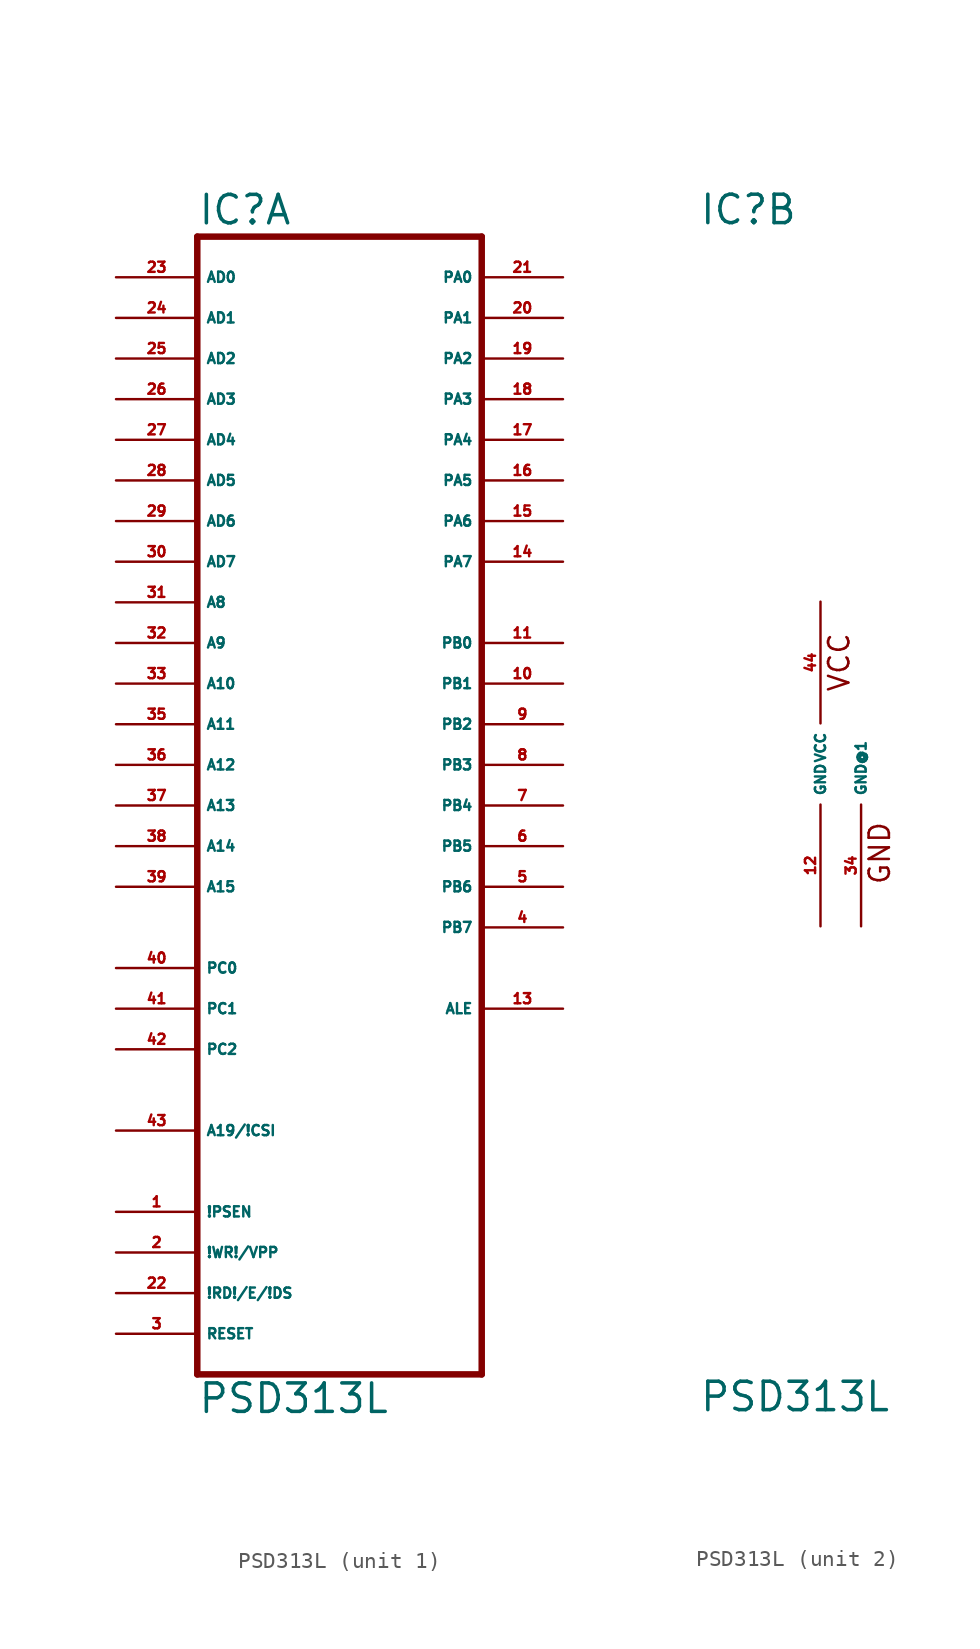
<source format=kicad_sym>
(kicad_symbol_lib
  (version 20220914)
  (generator Eagle2Kicad)
  (symbol "PSD313L"
    (property "Reference" "IC"
      (at -7.62 33.655 0)
      (effects (font (size 1.778 1.778) (thickness 0.22)) (justify left bottom)))
    (property "Value" "PSD313L"
      (at -7.62 -40.64 0)
      (effects (font (size 1.778 1.778) (thickness 0.22)) (justify left bottom)))
    (symbol "PSD313L_1_0"
      (polyline (pts (xy -7.62 -38.1) (xy 10.16 -38.1)) (stroke (width 0.406) (type default)) (fill (type none)))
      (polyline (pts (xy 10.16 -38.1) (xy 10.16 33.02)) (stroke (width 0.406) (type default)) (fill (type none)))
      (polyline (pts (xy 10.16 33.02) (xy -7.62 33.02)) (stroke (width 0.406) (type default)) (fill (type none)))
      (polyline (pts (xy -7.62 33.02) (xy -7.62 -38.1)) (stroke (width 0.406) (type default)) (fill (type none)))
      (pin input line (at -12.7 30.48 0) (length 5.08) (name "AD0" (effects (font (size 0.635 0.635) (thickness 0.08)) (justify left bottom))) (number "23" (effects (font (size 0.635 0.635) (thickness 0.08)) (justify left bottom))))
      (pin input line (at -12.7 27.94 0) (length 5.08) (name "AD1" (effects (font (size 0.635 0.635) (thickness 0.08)) (justify left bottom))) (number "24" (effects (font (size 0.635 0.635) (thickness 0.08)) (justify left bottom))))
      (pin input line (at -12.7 25.4 0) (length 5.08) (name "AD2" (effects (font (size 0.635 0.635) (thickness 0.08)) (justify left bottom))) (number "25" (effects (font (size 0.635 0.635) (thickness 0.08)) (justify left bottom))))
      (pin input line (at -12.7 22.86 0) (length 5.08) (name "AD3" (effects (font (size 0.635 0.635) (thickness 0.08)) (justify left bottom))) (number "26" (effects (font (size 0.635 0.635) (thickness 0.08)) (justify left bottom))))
      (pin input line (at -12.7 20.32 0) (length 5.08) (name "AD4" (effects (font (size 0.635 0.635) (thickness 0.08)) (justify left bottom))) (number "27" (effects (font (size 0.635 0.635) (thickness 0.08)) (justify left bottom))))
      (pin input line (at -12.7 17.78 0) (length 5.08) (name "AD5" (effects (font (size 0.635 0.635) (thickness 0.08)) (justify left bottom))) (number "28" (effects (font (size 0.635 0.635) (thickness 0.08)) (justify left bottom))))
      (pin input line (at -12.7 15.24 0) (length 5.08) (name "AD6" (effects (font (size 0.635 0.635) (thickness 0.08)) (justify left bottom))) (number "29" (effects (font (size 0.635 0.635) (thickness 0.08)) (justify left bottom))))
      (pin input line (at -12.7 12.7 0) (length 5.08) (name "AD7" (effects (font (size 0.635 0.635) (thickness 0.08)) (justify left bottom))) (number "30" (effects (font (size 0.635 0.635) (thickness 0.08)) (justify left bottom))))
      (pin input line (at -12.7 10.16 0) (length 5.08) (name "A8" (effects (font (size 0.635 0.635) (thickness 0.08)) (justify left bottom))) (number "31" (effects (font (size 0.635 0.635) (thickness 0.08)) (justify left bottom))))
      (pin input line (at -12.7 7.62 0) (length 5.08) (name "A9" (effects (font (size 0.635 0.635) (thickness 0.08)) (justify left bottom))) (number "32" (effects (font (size 0.635 0.635) (thickness 0.08)) (justify left bottom))))
      (pin input line (at -12.7 5.08 0) (length 5.08) (name "A10" (effects (font (size 0.635 0.635) (thickness 0.08)) (justify left bottom))) (number "33" (effects (font (size 0.635 0.635) (thickness 0.08)) (justify left bottom))))
      (pin input line (at -12.7 2.54 0) (length 5.08) (name "A11" (effects (font (size 0.635 0.635) (thickness 0.08)) (justify left bottom))) (number "35" (effects (font (size 0.635 0.635) (thickness 0.08)) (justify left bottom))))
      (pin input line (at -12.7 0 0) (length 5.08) (name "A12" (effects (font (size 0.635 0.635) (thickness 0.08)) (justify left bottom))) (number "36" (effects (font (size 0.635 0.635) (thickness 0.08)) (justify left bottom))))
      (pin input line (at -12.7 -2.54 0) (length 5.08) (name "A13" (effects (font (size 0.635 0.635) (thickness 0.08)) (justify left bottom))) (number "37" (effects (font (size 0.635 0.635) (thickness 0.08)) (justify left bottom))))
      (pin input line (at -12.7 -5.08 0) (length 5.08) (name "A14" (effects (font (size 0.635 0.635) (thickness 0.08)) (justify left bottom))) (number "38" (effects (font (size 0.635 0.635) (thickness 0.08)) (justify left bottom))))
      (pin input line (at -12.7 -7.62 0) (length 5.08) (name "A15" (effects (font (size 0.635 0.635) (thickness 0.08)) (justify left bottom))) (number "39" (effects (font (size 0.635 0.635) (thickness 0.08)) (justify left bottom))))
      (pin input line (at -12.7 -12.7 0) (length 5.08) (name "PC0" (effects (font (size 0.635 0.635) (thickness 0.08)) (justify left bottom))) (number "40" (effects (font (size 0.635 0.635) (thickness 0.08)) (justify left bottom))))
      (pin input line (at -12.7 -15.24 0) (length 5.08) (name "PC1" (effects (font (size 0.635 0.635) (thickness 0.08)) (justify left bottom))) (number "41" (effects (font (size 0.635 0.635) (thickness 0.08)) (justify left bottom))))
      (pin input line (at -12.7 -17.78 0) (length 5.08) (name "PC2" (effects (font (size 0.635 0.635) (thickness 0.08)) (justify left bottom))) (number "42" (effects (font (size 0.635 0.635) (thickness 0.08)) (justify left bottom))))
      (pin input line (at -12.7 -22.86 0) (length 5.08) (name "A19/!CSI" (effects (font (size 0.635 0.635) (thickness 0.08)) (justify left bottom))) (number "43" (effects (font (size 0.635 0.635) (thickness 0.08)) (justify left bottom))))
      (pin bidirectional line (at 15.24 30.48 180) (length 5.08) (name "PA0" (effects (font (size 0.635 0.635) (thickness 0.08)) (justify left bottom))) (number "21" (effects (font (size 0.635 0.635) (thickness 0.08)) (justify left bottom))))
      (pin bidirectional line (at 15.24 27.94 180) (length 5.08) (name "PA1" (effects (font (size 0.635 0.635) (thickness 0.08)) (justify left bottom))) (number "20" (effects (font (size 0.635 0.635) (thickness 0.08)) (justify left bottom))))
      (pin bidirectional line (at 15.24 25.4 180) (length 5.08) (name "PA2" (effects (font (size 0.635 0.635) (thickness 0.08)) (justify left bottom))) (number "19" (effects (font (size 0.635 0.635) (thickness 0.08)) (justify left bottom))))
      (pin bidirectional line (at 15.24 22.86 180) (length 5.08) (name "PA3" (effects (font (size 0.635 0.635) (thickness 0.08)) (justify left bottom))) (number "18" (effects (font (size 0.635 0.635) (thickness 0.08)) (justify left bottom))))
      (pin bidirectional line (at 15.24 20.32 180) (length 5.08) (name "PA4" (effects (font (size 0.635 0.635) (thickness 0.08)) (justify left bottom))) (number "17" (effects (font (size 0.635 0.635) (thickness 0.08)) (justify left bottom))))
      (pin bidirectional line (at 15.24 17.78 180) (length 5.08) (name "PA5" (effects (font (size 0.635 0.635) (thickness 0.08)) (justify left bottom))) (number "16" (effects (font (size 0.635 0.635) (thickness 0.08)) (justify left bottom))))
      (pin bidirectional line (at 15.24 15.24 180) (length 5.08) (name "PA6" (effects (font (size 0.635 0.635) (thickness 0.08)) (justify left bottom))) (number "15" (effects (font (size 0.635 0.635) (thickness 0.08)) (justify left bottom))))
      (pin bidirectional line (at 15.24 12.7 180) (length 5.08) (name "PA7" (effects (font (size 0.635 0.635) (thickness 0.08)) (justify left bottom))) (number "14" (effects (font (size 0.635 0.635) (thickness 0.08)) (justify left bottom))))
      (pin output line (at 15.24 7.62 180) (length 5.08) (name "PB0" (effects (font (size 0.635 0.635) (thickness 0.08)) (justify left bottom))) (number "11" (effects (font (size 0.635 0.635) (thickness 0.08)) (justify left bottom))))
      (pin output line (at 15.24 5.08 180) (length 5.08) (name "PB1" (effects (font (size 0.635 0.635) (thickness 0.08)) (justify left bottom))) (number "10" (effects (font (size 0.635 0.635) (thickness 0.08)) (justify left bottom))))
      (pin output line (at 15.24 2.54 180) (length 5.08) (name "PB2" (effects (font (size 0.635 0.635) (thickness 0.08)) (justify left bottom))) (number "9" (effects (font (size 0.635 0.635) (thickness 0.08)) (justify left bottom))))
      (pin output line (at 15.24 0 180) (length 5.08) (name "PB3" (effects (font (size 0.635 0.635) (thickness 0.08)) (justify left bottom))) (number "8" (effects (font (size 0.635 0.635) (thickness 0.08)) (justify left bottom))))
      (pin output line (at 15.24 -2.54 180) (length 5.08) (name "PB4" (effects (font (size 0.635 0.635) (thickness 0.08)) (justify left bottom))) (number "7" (effects (font (size 0.635 0.635) (thickness 0.08)) (justify left bottom))))
      (pin output line (at 15.24 -5.08 180) (length 5.08) (name "PB5" (effects (font (size 0.635 0.635) (thickness 0.08)) (justify left bottom))) (number "6" (effects (font (size 0.635 0.635) (thickness 0.08)) (justify left bottom))))
      (pin output line (at 15.24 -7.62 180) (length 5.08) (name "PB6" (effects (font (size 0.635 0.635) (thickness 0.08)) (justify left bottom))) (number "5" (effects (font (size 0.635 0.635) (thickness 0.08)) (justify left bottom))))
      (pin output line (at 15.24 -10.16 180) (length 5.08) (name "PB7" (effects (font (size 0.635 0.635) (thickness 0.08)) (justify left bottom))) (number "4" (effects (font (size 0.635 0.635) (thickness 0.08)) (justify left bottom))))
      (pin output line (at 15.24 -15.24 180) (length 5.08) (name "ALE" (effects (font (size 0.635 0.635) (thickness 0.08)) (justify left bottom))) (number "13" (effects (font (size 0.635 0.635) (thickness 0.08)) (justify left bottom))))
      (pin input line (at -12.7 -27.94 0) (length 5.08) (name "!PSEN" (effects (font (size 0.635 0.635) (thickness 0.08)) (justify left bottom))) (number "1" (effects (font (size 0.635 0.635) (thickness 0.08)) (justify left bottom))))
      (pin input line (at -12.7 -30.48 0) (length 5.08) (name "!WR!/VPP" (effects (font (size 0.635 0.635) (thickness 0.08)) (justify left bottom))) (number "2" (effects (font (size 0.635 0.635) (thickness 0.08)) (justify left bottom))))
      (pin input line (at -12.7 -33.02 0) (length 5.08) (name "!RD!/E/!DS" (effects (font (size 0.635 0.635) (thickness 0.08)) (justify left bottom))) (number "22" (effects (font (size 0.635 0.635) (thickness 0.08)) (justify left bottom))))
      (pin input line (at -12.7 -35.56 0) (length 5.08) (name "RESET" (effects (font (size 0.635 0.635) (thickness 0.08)) (justify left bottom))) (number "3" (effects (font (size 0.635 0.635) (thickness 0.08)) (justify left bottom)))))
    (symbol "PSD313L_2_0"
      (text "VCC" (at 1.905 4.445 900) (effects (font (size 1.27 1.27) (thickness 0.16)) (justify left bottom)))
      (text "GND" (at 4.445 -7.62 900) (effects (font (size 1.27 1.27) (thickness 0.16)) (justify left bottom)))
      (pin unspecified line (at 0 10.16 270) (length 7.62) (name "VCC" (effects (font (size 0.635 0.635) (thickness 0.08)) (justify left bottom))) (number "44" (effects (font (size 0.635 0.635) (thickness 0.08)) (justify left bottom))))
      (pin unspecified line (at 0 -10.16 90) (length 7.62) (name "GND" (effects (font (size 0.635 0.635) (thickness 0.08)) (justify left bottom))) (number "12" (effects (font (size 0.635 0.635) (thickness 0.08)) (justify left bottom))))
      (pin unspecified line (at 2.54 -10.16 90) (length 7.62) (name "GND@1" (effects (font (size 0.635 0.635) (thickness 0.08)) (justify left bottom))) (number "34" (effects (font (size 0.635 0.635) (thickness 0.08)) (justify left bottom)))))))
</source>
